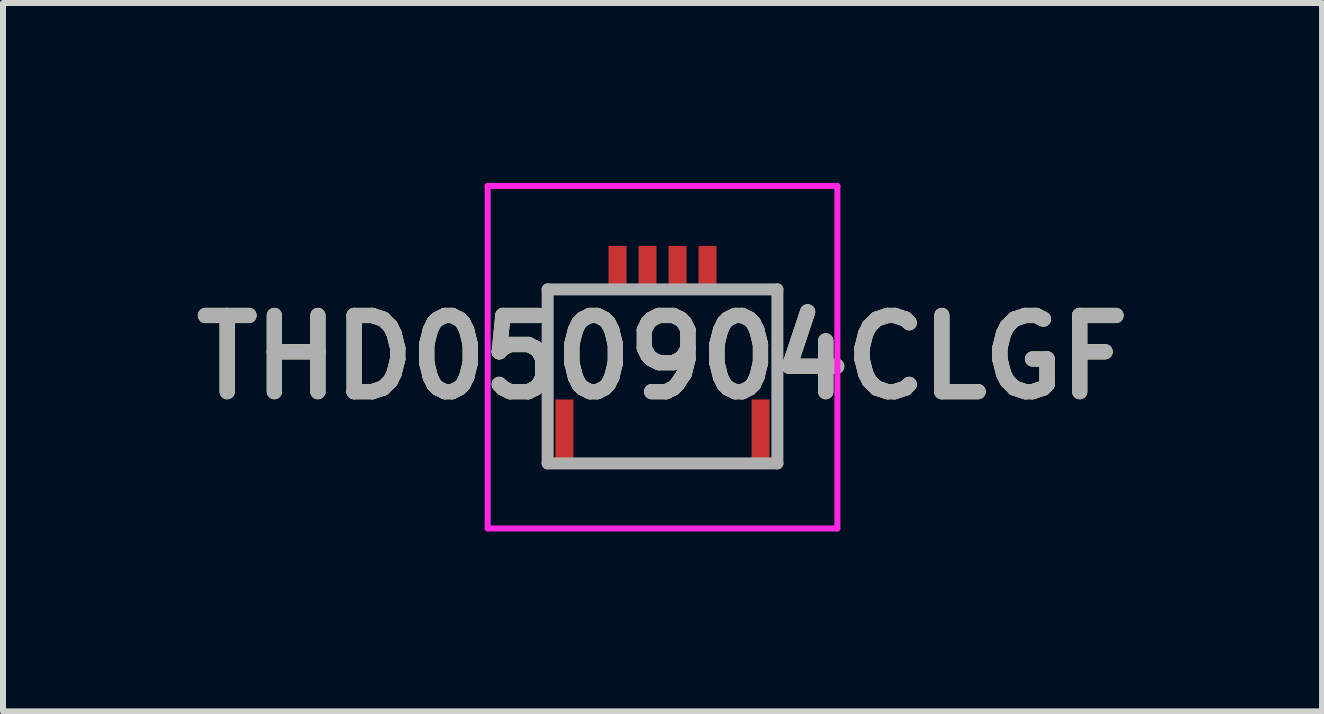
<source format=kicad_pcb>
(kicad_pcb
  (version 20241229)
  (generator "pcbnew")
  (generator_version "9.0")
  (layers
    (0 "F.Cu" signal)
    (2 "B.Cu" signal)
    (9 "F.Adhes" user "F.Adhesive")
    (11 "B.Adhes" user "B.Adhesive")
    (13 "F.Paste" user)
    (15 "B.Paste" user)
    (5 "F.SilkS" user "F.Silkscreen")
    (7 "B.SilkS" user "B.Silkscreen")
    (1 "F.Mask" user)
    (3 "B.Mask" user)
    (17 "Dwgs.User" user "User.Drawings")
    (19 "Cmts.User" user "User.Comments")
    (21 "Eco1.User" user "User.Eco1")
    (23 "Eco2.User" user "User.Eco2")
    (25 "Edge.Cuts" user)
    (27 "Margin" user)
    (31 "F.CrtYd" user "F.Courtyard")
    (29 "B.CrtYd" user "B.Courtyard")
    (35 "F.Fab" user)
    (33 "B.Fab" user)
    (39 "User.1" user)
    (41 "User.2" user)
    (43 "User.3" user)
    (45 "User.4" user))
  (footprint "THD050904CLGF"
    (layer "F.Cu")
    (at 7.995 2.905)
    (property "Reference" "THD050904CLGF" (at 0 0 0) (layer "F.SilkS") (effects (font (size 1.27 1.27) (thickness 0.254))))
    (attr smd)
    (fp_line (start -1.915 -1.13) (end -1.915 0.4) (stroke (width 0.1) (type solid)) (layer "F.SilkS"))
    (fp_line (start -1.165 -1.13) (end -1.915 -1.13) (stroke (width 0.1) (type solid)) (layer "F.SilkS"))
    (fp_line (start -1.165 1.77) (end 1.235 1.77) (stroke (width 0.1) (type solid)) (layer "F.SilkS"))
    (fp_line (start 1.235 -1.13) (end 1.915 -1.13) (stroke (width 0.1) (type solid)) (layer "F.SilkS"))
    (fp_line (start 1.915 -1.13) (end 1.915 0.4) (stroke (width 0.1) (type solid)) (layer "F.SilkS"))
    (fp_line (start -2.915 -2.855) (end 2.915 -2.855) (stroke (width 0.1) (type solid)) (layer "F.CrtYd"))
    (fp_line (start -2.915 2.855) (end -2.915 -2.855) (stroke (width 0.1) (type solid)) (layer "F.CrtYd"))
    (fp_line (start 2.915 -2.855) (end 2.915 2.855) (stroke (width 0.1) (type solid)) (layer "F.CrtYd"))
    (fp_line (start 2.915 2.855) (end -2.915 2.855) (stroke (width 0.1) (type solid)) (layer "F.CrtYd"))
    (fp_line (start -1.915 -1.13) (end 1.915 -1.13) (stroke (width 0.2) (type solid)) (layer "F.Fab"))
    (fp_line (start -1.915 1.77) (end -1.915 -1.13) (stroke (width 0.2) (type solid)) (layer "F.Fab"))
    (fp_line (start 1.915 -1.13) (end 1.915 1.77) (stroke (width 0.2) (type solid)) (layer "F.Fab"))
    (fp_line (start 1.915 1.77) (end -1.915 1.77) (stroke (width 0.2) (type solid)) (layer "F.Fab"))
    (fp_text user "${REFERENCE}" (at 0 0 0) (layer "F.Fab") (effects (font (size 1.27 1.27) (thickness 0.254))))
    (pad "1" smd rect (at -0.75 -1.53) (size 0.3 0.65) (layers "F.Cu" "F.Mask" "F.Paste"))
    (pad "2" smd rect (at -0.25 -1.53) (size 0.3 0.65) (layers "F.Cu" "F.Mask" "F.Paste"))
    (pad "3" smd rect (at 0.25 -1.53) (size 0.3 0.65) (layers "F.Cu" "F.Mask" "F.Paste"))
    (pad "4" smd rect (at 0.75 -1.53) (size 0.3 0.65) (layers "F.Cu" "F.Mask" "F.Paste"))
    (pad "5" smd rect (at -1.635 1.28) (size 0.3 1.15) (layers "F.Cu" "F.Mask" "F.Paste"))
    (pad "6" smd rect (at 1.635 1.28) (size 0.3 1.15) (layers "F.Cu" "F.Mask" "F.Paste")))
  (gr_rect
    (start -3 -3)
    (end 18.99 8.81)
    (stroke (width 0.1) (type default))
    (fill no)
    (layer "Edge.Cuts")))
</source>
